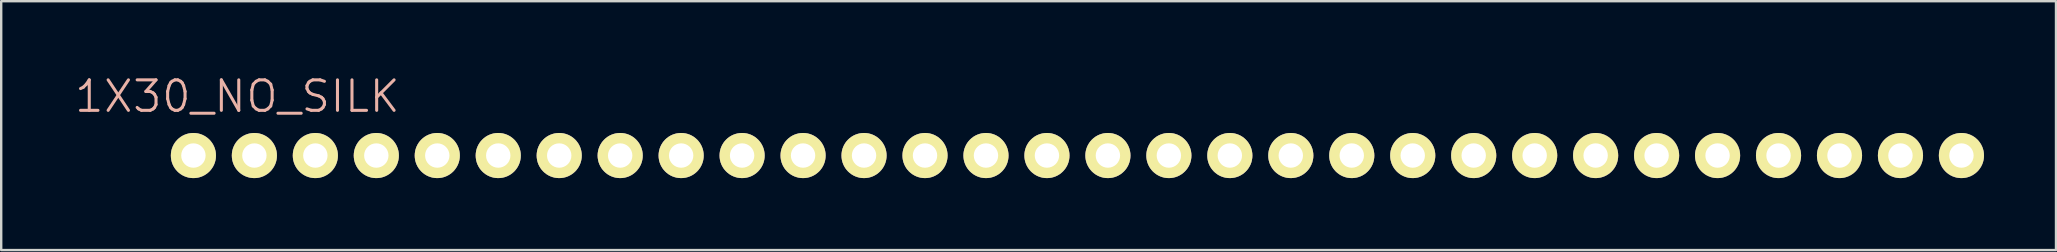
<source format=kicad_pcb>
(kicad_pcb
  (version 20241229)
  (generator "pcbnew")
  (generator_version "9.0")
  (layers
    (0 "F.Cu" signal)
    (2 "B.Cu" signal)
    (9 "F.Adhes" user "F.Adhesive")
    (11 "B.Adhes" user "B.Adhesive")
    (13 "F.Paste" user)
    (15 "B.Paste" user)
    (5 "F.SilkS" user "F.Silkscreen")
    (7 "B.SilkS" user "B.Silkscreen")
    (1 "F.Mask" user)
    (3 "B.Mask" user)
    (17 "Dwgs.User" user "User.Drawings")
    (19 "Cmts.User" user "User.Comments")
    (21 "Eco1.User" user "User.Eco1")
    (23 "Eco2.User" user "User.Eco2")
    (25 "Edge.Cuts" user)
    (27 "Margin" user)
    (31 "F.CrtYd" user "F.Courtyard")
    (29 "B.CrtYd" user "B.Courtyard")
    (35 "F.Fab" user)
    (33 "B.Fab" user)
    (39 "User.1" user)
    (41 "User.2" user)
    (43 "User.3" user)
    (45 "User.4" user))
  (footprint "1X30_NO_SILK"
    (layer "F.Cu")
    (at 5.008 3.43)
    (property "Reference" "1X30_NO_SILK" (at 1.829 -2.464 0) (layer "B.SilkS") (effects (font (size 1.27 1.27) (thickness 0.127))))
    (attr exclude_from_pos_files exclude_from_bom)
    (fp_line (start -0.254 -0.254) (end 0.254 -0.254) (stroke (width 0.066) (type solid)) (layer "F.SilkS"))
    (fp_line (start -0.254 0.254) (end -0.254 -0.254) (stroke (width 0.066) (type solid)) (layer "F.SilkS"))
    (fp_line (start -0.254 0.254) (end 0.254 0.254) (stroke (width 0.066) (type solid)) (layer "F.SilkS"))
    (fp_line (start 0.254 0.254) (end 0.254 -0.254) (stroke (width 0.066) (type solid)) (layer "F.SilkS"))
    (fp_line (start 2.286 -0.254) (end 2.794 -0.254) (stroke (width 0.066) (type solid)) (layer "F.SilkS"))
    (fp_line (start 2.286 0.254) (end 2.286 -0.254) (stroke (width 0.066) (type solid)) (layer "F.SilkS"))
    (fp_line (start 2.286 0.254) (end 2.794 0.254) (stroke (width 0.066) (type solid)) (layer "F.SilkS"))
    (fp_line (start 2.794 0.254) (end 2.794 -0.254) (stroke (width 0.066) (type solid)) (layer "F.SilkS"))
    (fp_line (start 4.826 -0.254) (end 5.334 -0.254) (stroke (width 0.066) (type solid)) (layer "F.SilkS"))
    (fp_line (start 4.826 0.254) (end 4.826 -0.254) (stroke (width 0.066) (type solid)) (layer "F.SilkS"))
    (fp_line (start 4.826 0.254) (end 5.334 0.254) (stroke (width 0.066) (type solid)) (layer "F.SilkS"))
    (fp_line (start 5.334 0.254) (end 5.334 -0.254) (stroke (width 0.066) (type solid)) (layer "F.SilkS"))
    (fp_line (start 7.366 -0.254) (end 7.874 -0.254) (stroke (width 0.066) (type solid)) (layer "F.SilkS"))
    (fp_line (start 7.366 0.254) (end 7.366 -0.254) (stroke (width 0.066) (type solid)) (layer "F.SilkS"))
    (fp_line (start 7.366 0.254) (end 7.874 0.254) (stroke (width 0.066) (type solid)) (layer "F.SilkS"))
    (fp_line (start 7.874 0.254) (end 7.874 -0.254) (stroke (width 0.066) (type solid)) (layer "F.SilkS"))
    (fp_line (start 9.906 -0.254) (end 10.414 -0.254) (stroke (width 0.066) (type solid)) (layer "F.SilkS"))
    (fp_line (start 9.906 0.254) (end 9.906 -0.254) (stroke (width 0.066) (type solid)) (layer "F.SilkS"))
    (fp_line (start 9.906 0.254) (end 10.414 0.254) (stroke (width 0.066) (type solid)) (layer "F.SilkS"))
    (fp_line (start 10.414 0.254) (end 10.414 -0.254) (stroke (width 0.066) (type solid)) (layer "F.SilkS"))
    (fp_line (start 12.446 -0.254) (end 12.954 -0.254) (stroke (width 0.066) (type solid)) (layer "F.SilkS"))
    (fp_line (start 12.446 0.254) (end 12.446 -0.254) (stroke (width 0.066) (type solid)) (layer "F.SilkS"))
    (fp_line (start 12.446 0.254) (end 12.954 0.254) (stroke (width 0.066) (type solid)) (layer "F.SilkS"))
    (fp_line (start 12.954 0.254) (end 12.954 -0.254) (stroke (width 0.066) (type solid)) (layer "F.SilkS"))
    (fp_line (start 14.986 -0.254) (end 15.494 -0.254) (stroke (width 0.066) (type solid)) (layer "F.SilkS"))
    (fp_line (start 14.986 0.254) (end 14.986 -0.254) (stroke (width 0.066) (type solid)) (layer "F.SilkS"))
    (fp_line (start 14.986 0.254) (end 15.494 0.254) (stroke (width 0.066) (type solid)) (layer "F.SilkS"))
    (fp_line (start 15.494 0.254) (end 15.494 -0.254) (stroke (width 0.066) (type solid)) (layer "F.SilkS"))
    (fp_line (start 17.523 -0.254) (end 18.034 -0.254) (stroke (width 0.066) (type solid)) (layer "F.SilkS"))
    (fp_line (start 17.523 0.254) (end 17.523 -0.254) (stroke (width 0.066) (type solid)) (layer "F.SilkS"))
    (fp_line (start 17.523 0.254) (end 18.034 0.254) (stroke (width 0.066) (type solid)) (layer "F.SilkS"))
    (fp_line (start 18.034 0.254) (end 18.034 -0.254) (stroke (width 0.066) (type solid)) (layer "F.SilkS"))
    (fp_line (start 20.066 -0.254) (end 20.574 -0.254) (stroke (width 0.066) (type solid)) (layer "F.SilkS"))
    (fp_line (start 20.066 0.254) (end 20.066 -0.254) (stroke (width 0.066) (type solid)) (layer "F.SilkS"))
    (fp_line (start 20.066 0.254) (end 20.574 0.254) (stroke (width 0.066) (type solid)) (layer "F.SilkS"))
    (fp_line (start 20.574 0.254) (end 20.574 -0.254) (stroke (width 0.066) (type solid)) (layer "F.SilkS"))
    (fp_line (start 22.606 -0.254) (end 23.114 -0.254) (stroke (width 0.066) (type solid)) (layer "F.SilkS"))
    (fp_line (start 22.606 0.254) (end 22.606 -0.254) (stroke (width 0.066) (type solid)) (layer "F.SilkS"))
    (fp_line (start 22.606 0.254) (end 23.114 0.254) (stroke (width 0.066) (type solid)) (layer "F.SilkS"))
    (fp_line (start 23.114 0.254) (end 23.114 -0.254) (stroke (width 0.066) (type solid)) (layer "F.SilkS"))
    (fp_line (start 25.146 -0.254) (end 25.654 -0.254) (stroke (width 0.066) (type solid)) (layer "F.SilkS"))
    (fp_line (start 25.146 0.254) (end 25.146 -0.254) (stroke (width 0.066) (type solid)) (layer "F.SilkS"))
    (fp_line (start 25.146 0.254) (end 25.654 0.254) (stroke (width 0.066) (type solid)) (layer "F.SilkS"))
    (fp_line (start 25.654 0.254) (end 25.654 -0.254) (stroke (width 0.066) (type solid)) (layer "F.SilkS"))
    (fp_line (start 27.686 -0.254) (end 28.194 -0.254) (stroke (width 0.066) (type solid)) (layer "F.SilkS"))
    (fp_line (start 27.686 0.254) (end 27.686 -0.254) (stroke (width 0.066) (type solid)) (layer "F.SilkS"))
    (fp_line (start 27.686 0.254) (end 28.194 0.254) (stroke (width 0.066) (type solid)) (layer "F.SilkS"))
    (fp_line (start 28.194 0.254) (end 28.194 -0.254) (stroke (width 0.066) (type solid)) (layer "F.SilkS"))
    (fp_line (start 30.226 -0.254) (end 30.734 -0.254) (stroke (width 0.066) (type solid)) (layer "F.SilkS"))
    (fp_line (start 30.226 0.254) (end 30.226 -0.254) (stroke (width 0.066) (type solid)) (layer "F.SilkS"))
    (fp_line (start 30.226 0.254) (end 30.734 0.254) (stroke (width 0.066) (type solid)) (layer "F.SilkS"))
    (fp_line (start 30.734 0.254) (end 30.734 -0.254) (stroke (width 0.066) (type solid)) (layer "F.SilkS"))
    (fp_line (start 32.766 -0.254) (end 33.274 -0.254) (stroke (width 0.066) (type solid)) (layer "F.SilkS"))
    (fp_line (start 32.766 0.254) (end 32.766 -0.254) (stroke (width 0.066) (type solid)) (layer "F.SilkS"))
    (fp_line (start 32.766 0.254) (end 33.274 0.254) (stroke (width 0.066) (type solid)) (layer "F.SilkS"))
    (fp_line (start 33.274 0.254) (end 33.274 -0.254) (stroke (width 0.066) (type solid)) (layer "F.SilkS"))
    (fp_line (start 35.303 -0.254) (end 35.814 -0.254) (stroke (width 0.066) (type solid)) (layer "F.SilkS"))
    (fp_line (start 35.303 0.254) (end 35.303 -0.254) (stroke (width 0.066) (type solid)) (layer "F.SilkS"))
    (fp_line (start 35.303 0.254) (end 35.814 0.254) (stroke (width 0.066) (type solid)) (layer "F.SilkS"))
    (fp_line (start 35.814 0.254) (end 35.814 -0.254) (stroke (width 0.066) (type solid)) (layer "F.SilkS"))
    (fp_line (start 37.846 -0.254) (end 38.354 -0.254) (stroke (width 0.066) (type solid)) (layer "F.SilkS"))
    (fp_line (start 37.846 0.254) (end 37.846 -0.254) (stroke (width 0.066) (type solid)) (layer "F.SilkS"))
    (fp_line (start 37.846 0.254) (end 38.354 0.254) (stroke (width 0.066) (type solid)) (layer "F.SilkS"))
    (fp_line (start 38.354 0.254) (end 38.354 -0.254) (stroke (width 0.066) (type solid)) (layer "F.SilkS"))
    (fp_line (start 40.386 -0.254) (end 40.894 -0.254) (stroke (width 0.066) (type solid)) (layer "F.SilkS"))
    (fp_line (start 40.386 0.254) (end 40.386 -0.254) (stroke (width 0.066) (type solid)) (layer "F.SilkS"))
    (fp_line (start 40.386 0.254) (end 40.894 0.254) (stroke (width 0.066) (type solid)) (layer "F.SilkS"))
    (fp_line (start 40.894 0.254) (end 40.894 -0.254) (stroke (width 0.066) (type solid)) (layer "F.SilkS"))
    (fp_line (start 42.926 -0.254) (end 43.434 -0.254) (stroke (width 0.066) (type solid)) (layer "F.SilkS"))
    (fp_line (start 42.926 0.254) (end 42.926 -0.254) (stroke (width 0.066) (type solid)) (layer "F.SilkS"))
    (fp_line (start 42.926 0.254) (end 43.434 0.254) (stroke (width 0.066) (type solid)) (layer "F.SilkS"))
    (fp_line (start 43.434 0.254) (end 43.434 -0.254) (stroke (width 0.066) (type solid)) (layer "F.SilkS"))
    (fp_line (start 45.466 -0.254) (end 45.974 -0.254) (stroke (width 0.066) (type solid)) (layer "F.SilkS"))
    (fp_line (start 45.466 0.254) (end 45.466 -0.254) (stroke (width 0.066) (type solid)) (layer "F.SilkS"))
    (fp_line (start 45.466 0.254) (end 45.974 0.254) (stroke (width 0.066) (type solid)) (layer "F.SilkS"))
    (fp_line (start 45.974 0.254) (end 45.974 -0.254) (stroke (width 0.066) (type solid)) (layer "F.SilkS"))
    (fp_line (start 48.006 -0.254) (end 48.514 -0.254) (stroke (width 0.066) (type solid)) (layer "F.SilkS"))
    (fp_line (start 48.006 0.254) (end 48.006 -0.254) (stroke (width 0.066) (type solid)) (layer "F.SilkS"))
    (fp_line (start 48.006 0.254) (end 48.514 0.254) (stroke (width 0.066) (type solid)) (layer "F.SilkS"))
    (fp_line (start 48.514 0.254) (end 48.514 -0.254) (stroke (width 0.066) (type solid)) (layer "F.SilkS"))
    (fp_line (start 50.546 -0.254) (end 51.051 -0.254) (stroke (width 0.066) (type solid)) (layer "F.SilkS"))
    (fp_line (start 50.546 0.254) (end 50.546 -0.254) (stroke (width 0.066) (type solid)) (layer "F.SilkS"))
    (fp_line (start 50.546 0.254) (end 51.051 0.254) (stroke (width 0.066) (type solid)) (layer "F.SilkS"))
    (fp_line (start 51.051 0.254) (end 51.051 -0.254) (stroke (width 0.066) (type solid)) (layer "F.SilkS"))
    (fp_line (start 53.086 -0.254) (end 53.594 -0.254) (stroke (width 0.066) (type solid)) (layer "F.SilkS"))
    (fp_line (start 53.086 0.254) (end 53.086 -0.254) (stroke (width 0.066) (type solid)) (layer "F.SilkS"))
    (fp_line (start 53.086 0.254) (end 53.594 0.254) (stroke (width 0.066) (type solid)) (layer "F.SilkS"))
    (fp_line (start 53.594 0.254) (end 53.594 -0.254) (stroke (width 0.066) (type solid)) (layer "F.SilkS"))
    (fp_line (start 55.626 -0.254) (end 56.134 -0.254) (stroke (width 0.066) (type solid)) (layer "F.SilkS"))
    (fp_line (start 55.626 0.254) (end 55.626 -0.254) (stroke (width 0.066) (type solid)) (layer "F.SilkS"))
    (fp_line (start 55.626 0.254) (end 56.134 0.254) (stroke (width 0.066) (type solid)) (layer "F.SilkS"))
    (fp_line (start 56.134 0.254) (end 56.134 -0.254) (stroke (width 0.066) (type solid)) (layer "F.SilkS"))
    (fp_line (start 58.166 -0.254) (end 58.674 -0.254) (stroke (width 0.066) (type solid)) (layer "F.SilkS"))
    (fp_line (start 58.166 0.254) (end 58.166 -0.254) (stroke (width 0.066) (type solid)) (layer "F.SilkS"))
    (fp_line (start 58.166 0.254) (end 58.674 0.254) (stroke (width 0.066) (type solid)) (layer "F.SilkS"))
    (fp_line (start 58.674 0.254) (end 58.674 -0.254) (stroke (width 0.066) (type solid)) (layer "F.SilkS"))
    (fp_line (start 60.706 -0.254) (end 61.214 -0.254) (stroke (width 0.066) (type solid)) (layer "F.SilkS"))
    (fp_line (start 60.706 0.254) (end 60.706 -0.254) (stroke (width 0.066) (type solid)) (layer "F.SilkS"))
    (fp_line (start 60.706 0.254) (end 61.214 0.254) (stroke (width 0.066) (type solid)) (layer "F.SilkS"))
    (fp_line (start 61.214 0.254) (end 61.214 -0.254) (stroke (width 0.066) (type solid)) (layer "F.SilkS"))
    (fp_line (start 63.246 -0.254) (end 63.751 -0.254) (stroke (width 0.066) (type solid)) (layer "F.SilkS"))
    (fp_line (start 63.246 0.254) (end 63.246 -0.254) (stroke (width 0.066) (type solid)) (layer "F.SilkS"))
    (fp_line (start 63.246 0.254) (end 63.751 0.254) (stroke (width 0.066) (type solid)) (layer "F.SilkS"))
    (fp_line (start 63.751 0.254) (end 63.751 -0.254) (stroke (width 0.066) (type solid)) (layer "F.SilkS"))
    (fp_line (start 65.786 -0.254) (end 66.294 -0.254) (stroke (width 0.066) (type solid)) (layer "F.SilkS"))
    (fp_line (start 65.786 0.254) (end 65.786 -0.254) (stroke (width 0.066) (type solid)) (layer "F.SilkS"))
    (fp_line (start 65.786 0.254) (end 66.294 0.254) (stroke (width 0.066) (type solid)) (layer "F.SilkS"))
    (fp_line (start 66.294 0.254) (end 66.294 -0.254) (stroke (width 0.066) (type solid)) (layer "F.SilkS"))
    (fp_line (start 68.326 -0.254) (end 68.834 -0.254) (stroke (width 0.066) (type solid)) (layer "F.SilkS"))
    (fp_line (start 68.326 0.254) (end 68.326 -0.254) (stroke (width 0.066) (type solid)) (layer "F.SilkS"))
    (fp_line (start 68.326 0.254) (end 68.834 0.254) (stroke (width 0.066) (type solid)) (layer "F.SilkS"))
    (fp_line (start 68.834 0.254) (end 68.834 -0.254) (stroke (width 0.066) (type solid)) (layer "F.SilkS"))
    (fp_line (start 70.866 -0.254) (end 71.374 -0.254) (stroke (width 0.066) (type solid)) (layer "F.SilkS"))
    (fp_line (start 70.866 0.254) (end 70.866 -0.254) (stroke (width 0.066) (type solid)) (layer "F.SilkS"))
    (fp_line (start 70.866 0.254) (end 71.374 0.254) (stroke (width 0.066) (type solid)) (layer "F.SilkS"))
    (fp_line (start 71.374 0.254) (end 71.374 -0.254) (stroke (width 0.066) (type solid)) (layer "F.SilkS"))
    (fp_line (start 73.406 -0.254) (end 73.914 -0.254) (stroke (width 0.066) (type solid)) (layer "F.SilkS"))
    (fp_line (start 73.406 0.254) (end 73.406 -0.254) (stroke (width 0.066) (type solid)) (layer "F.SilkS"))
    (fp_line (start 73.406 0.254) (end 73.914 0.254) (stroke (width 0.066) (type solid)) (layer "F.SilkS"))
    (fp_line (start 73.914 0.254) (end 73.914 -0.254) (stroke (width 0.066) (type solid)) (layer "F.SilkS"))
    (pad "1" thru_hole circle (at 0 0) (size 1.88 1.88) (drill 1.016) (layers "*.Cu" "F.Mask" "F.SilkS" "F.Paste"))
    (pad "2" thru_hole circle (at 2.54 0) (size 1.88 1.88) (drill 1.016) (layers "*.Cu" "F.Mask" "F.SilkS" "F.Paste"))
    (pad "3" thru_hole circle (at 5.08 0) (size 1.88 1.88) (drill 1.016) (layers "*.Cu" "F.Mask" "F.SilkS" "F.Paste"))
    (pad "4" thru_hole circle (at 7.62 0) (size 1.88 1.88) (drill 1.016) (layers "*.Cu" "F.Mask" "F.SilkS" "F.Paste"))
    (pad "5" thru_hole circle (at 10.16 0) (size 1.88 1.88) (drill 1.016) (layers "*.Cu" "F.Mask" "F.SilkS" "F.Paste"))
    (pad "6" thru_hole circle (at 12.7 0) (size 1.88 1.88) (drill 1.016) (layers "*.Cu" "F.Mask" "F.SilkS" "F.Paste"))
    (pad "7" thru_hole circle (at 15.24 0) (size 1.88 1.88) (drill 1.016) (layers "*.Cu" "F.Mask" "F.SilkS" "F.Paste"))
    (pad "8" thru_hole circle (at 17.78 0) (size 1.88 1.88) (drill 1.016) (layers "*.Cu" "F.Mask" "F.SilkS" "F.Paste"))
    (pad "9" thru_hole circle (at 20.32 0) (size 1.88 1.88) (drill 1.016) (layers "*.Cu" "F.Mask" "F.SilkS" "F.Paste"))
    (pad "10" thru_hole circle (at 22.86 0) (size 1.88 1.88) (drill 1.016) (layers "*.Cu" "F.Mask" "F.SilkS" "F.Paste"))
    (pad "11" thru_hole circle (at 25.4 0) (size 1.88 1.88) (drill 1.016) (layers "*.Cu" "F.Mask" "F.SilkS" "F.Paste"))
    (pad "12" thru_hole circle (at 27.94 0) (size 1.88 1.88) (drill 1.016) (layers "*.Cu" "F.Mask" "F.SilkS" "F.Paste"))
    (pad "13" thru_hole circle (at 30.48 0) (size 1.88 1.88) (drill 1.016) (layers "*.Cu" "F.Mask" "F.SilkS" "F.Paste"))
    (pad "14" thru_hole circle (at 33.02 0) (size 1.88 1.88) (drill 1.016) (layers "*.Cu" "F.Mask" "F.SilkS" "F.Paste"))
    (pad "15" thru_hole circle (at 35.56 0) (size 1.88 1.88) (drill 1.016) (layers "*.Cu" "F.Mask" "F.SilkS" "F.Paste"))
    (pad "16" thru_hole circle (at 38.1 0) (size 1.88 1.88) (drill 1.016) (layers "*.Cu" "F.Mask" "F.SilkS" "F.Paste"))
    (pad "17" thru_hole circle (at 40.64 0) (size 1.88 1.88) (drill 1.016) (layers "*.Cu" "F.Mask" "F.SilkS" "F.Paste"))
    (pad "18" thru_hole circle (at 43.18 0) (size 1.88 1.88) (drill 1.016) (layers "*.Cu" "F.Mask" "F.SilkS" "F.Paste"))
    (pad "19" thru_hole circle (at 45.72 0) (size 1.88 1.88) (drill 1.016) (layers "*.Cu" "F.Mask" "F.SilkS" "F.Paste"))
    (pad "20" thru_hole circle (at 48.26 0) (size 1.88 1.88) (drill 1.016) (layers "*.Cu" "F.Mask" "F.SilkS" "F.Paste"))
    (pad "21" thru_hole circle (at 50.8 0) (size 1.88 1.88) (drill 1.016) (layers "*.Cu" "F.Mask" "F.SilkS" "F.Paste"))
    (pad "22" thru_hole circle (at 53.34 0) (size 1.88 1.88) (drill 1.016) (layers "*.Cu" "F.Mask" "F.SilkS" "F.Paste"))
    (pad "23" thru_hole circle (at 55.88 0) (size 1.88 1.88) (drill 1.016) (layers "*.Cu" "F.Mask" "F.SilkS" "F.Paste"))
    (pad "24" thru_hole circle (at 58.42 0) (size 1.88 1.88) (drill 1.016) (layers "*.Cu" "F.Mask" "F.SilkS" "F.Paste"))
    (pad "25" thru_hole circle (at 60.96 0) (size 1.88 1.88) (drill 1.016) (layers "*.Cu" "F.Mask" "F.SilkS" "F.Paste"))
    (pad "26" thru_hole circle (at 63.5 0) (size 1.88 1.88) (drill 1.016) (layers "*.Cu" "F.Mask" "F.SilkS" "F.Paste"))
    (pad "27" thru_hole circle (at 66.04 0) (size 1.88 1.88) (drill 1.016) (layers "*.Cu" "F.Mask" "F.SilkS" "F.Paste"))
    (pad "28" thru_hole circle (at 68.58 0) (size 1.88 1.88) (drill 1.016) (layers "*.Cu" "F.Mask" "F.SilkS" "F.Paste"))
    (pad "29" thru_hole circle (at 71.12 0) (size 1.88 1.88) (drill 1.016) (layers "*.Cu" "F.Mask" "F.SilkS" "F.Paste"))
    (pad "30" thru_hole circle (at 73.66 0) (size 1.88 1.88) (drill 1.016) (layers "*.Cu" "F.Mask" "F.SilkS" "F.Paste")))
  (gr_rect
    (start -3 -3)
    (end 82.608 7.369)
    (stroke (width 0.1) (type default))
    (fill no)
    (layer "Edge.Cuts")))
</source>
